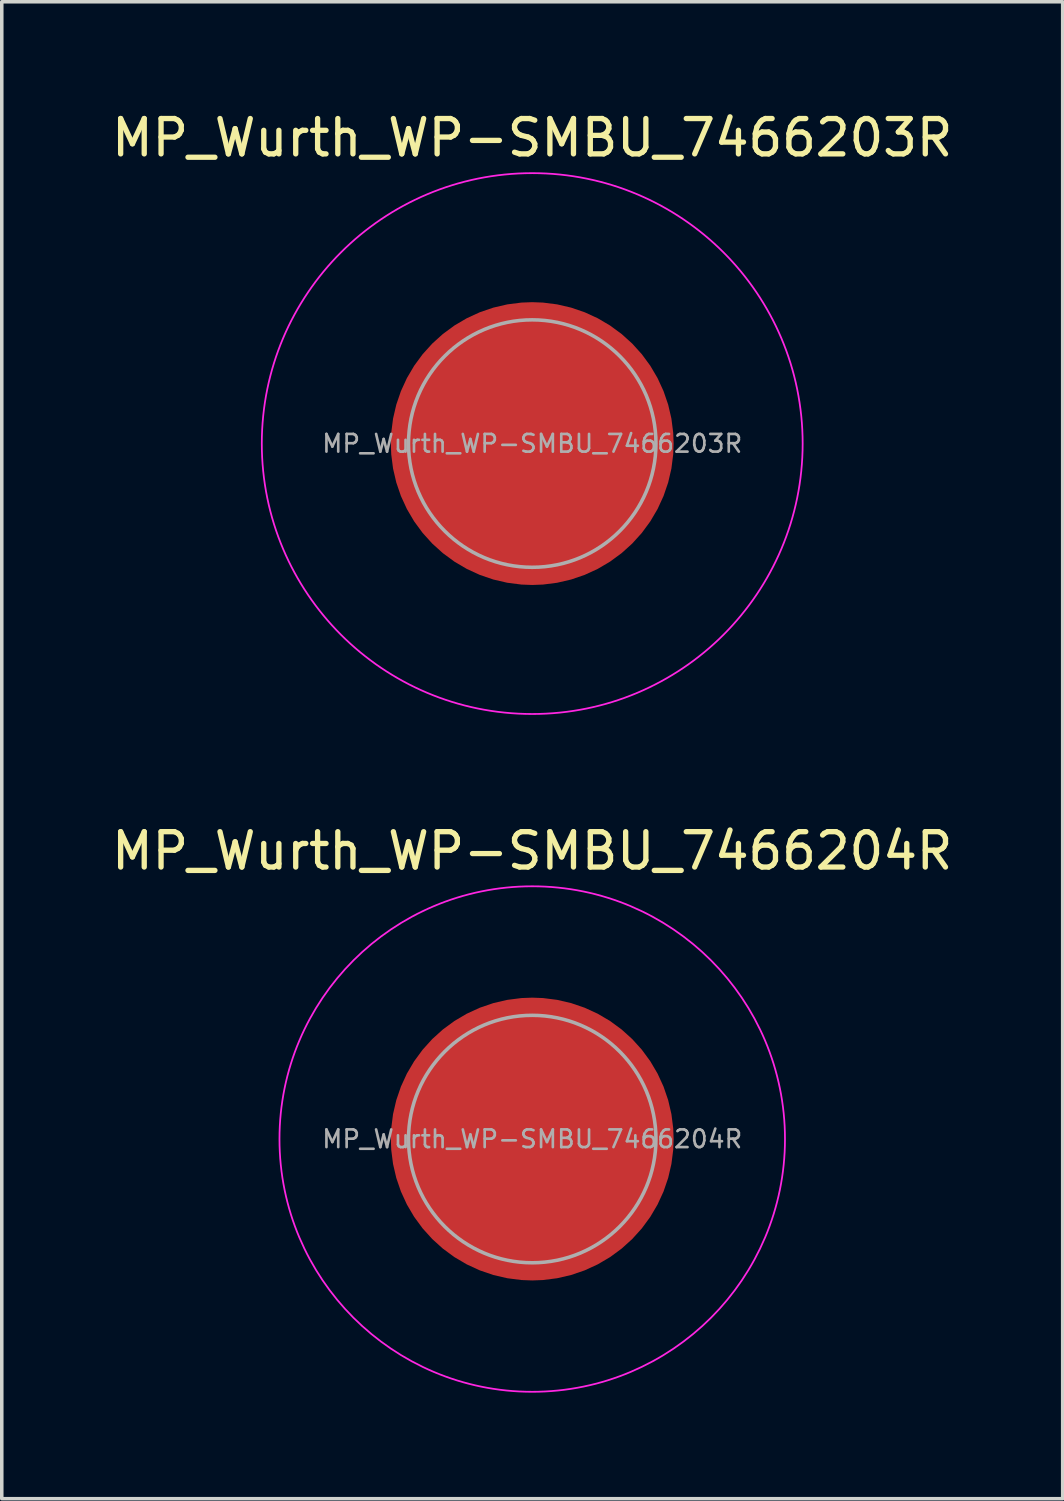
<source format=kicad_pcb>
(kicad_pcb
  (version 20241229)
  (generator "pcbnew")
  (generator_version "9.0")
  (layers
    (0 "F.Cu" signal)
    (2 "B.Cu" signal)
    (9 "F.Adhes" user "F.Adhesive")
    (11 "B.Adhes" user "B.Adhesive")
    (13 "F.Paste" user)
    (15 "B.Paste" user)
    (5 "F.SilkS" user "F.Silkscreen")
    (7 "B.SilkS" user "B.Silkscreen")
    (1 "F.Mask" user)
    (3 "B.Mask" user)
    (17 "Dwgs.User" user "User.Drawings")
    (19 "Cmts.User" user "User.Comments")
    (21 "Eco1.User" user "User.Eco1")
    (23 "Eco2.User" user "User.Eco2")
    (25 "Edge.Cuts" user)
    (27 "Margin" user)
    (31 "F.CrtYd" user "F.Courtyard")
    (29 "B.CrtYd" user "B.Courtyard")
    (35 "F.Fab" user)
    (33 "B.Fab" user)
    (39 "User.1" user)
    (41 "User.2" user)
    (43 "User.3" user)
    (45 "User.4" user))
  (footprint "MP_Wurth_WP-SMBU_7466204R"
    (layer "F.Cu")
    (at 12.006 29.172)
    (property "Reference" "MP_Wurth_WP-SMBU_7466204R" (at 0 -8.15 0) (unlocked yes) (layer "F.SilkS") (effects (font (size 1 1) (thickness 0.15))))
    (attr smd)
    (fp_poly (pts (xy -0.495 -0.495) (xy -3.876 -0.495) (xy -3.87 -0.541) (xy -3.87 -0.541) (xy -3.855 -0.631) (xy -3.84 -0.716) (xy -3.825 -0.796) (xy -3.825 -0.796) (xy -3.8 -0.906) (xy -3.8 -0.906) (xy -3.77 -1.026) (xy -3.77 -1.026) (xy -3.73 -1.161) (xy -3.73 -1.162) (xy -3.69 -1.282) (xy -3.69 -1.282) (xy -3.64 -1.417) (xy -3.64 -1.417) (xy -3.595 -1.527) (xy -3.595 -1.527) (xy -3.54 -1.652) (xy -3.539 -1.652) (xy -3.434 -1.862) (xy -3.434 -1.862) (xy -3.354 -2.002) (xy -3.354 -2.003) (xy -3.279 -2.123) (xy -3.279 -2.123) (xy -3.239 -2.183) (xy -3.239 -2.183) (xy -3.164 -2.288) (xy -3.109 -2.363) (xy -3.109 -2.363) (xy -3.039 -2.453) (xy -3.039 -2.453) (xy -2.959 -2.548) (xy -2.959 -2.548) (xy -2.879 -2.638) (xy -2.879 -2.638) (xy -2.814 -2.708) (xy -2.814 -2.709) (xy -2.734 -2.789) (xy -2.733 -2.789) (xy -2.653 -2.864) (xy -2.593 -2.919) (xy -2.538 -2.969) (xy -2.538 -2.969) (xy -2.493 -3.004) (xy -2.433 -3.054) (xy -2.358 -3.114) (xy -2.358 -3.114) (xy -2.303 -3.154) (xy -2.303 -3.154) (xy -2.238 -3.199) (xy -2.138 -3.269) (xy -2.138 -3.269) (xy -2.068 -3.314) (xy -2.068 -3.314) (xy -1.983 -3.364) (xy -1.918 -3.404) (xy -1.917 -3.404) (xy -1.842 -3.444) (xy -1.747 -3.494) (xy -1.747 -3.495) (xy -1.672 -3.53) (xy -1.612 -3.559) (xy -1.612 -3.56) (xy -1.552 -3.585) (xy -1.382 -3.655) (xy -1.382 -3.655) (xy -1.312 -3.68) (xy -1.257 -3.7) (xy -1.256 -3.7) (xy -1.096 -3.75) (xy -1.096 -3.75) (xy -1.001 -3.775) (xy -0.946 -3.79) (xy -0.946 -3.79) (xy -0.861 -3.81) (xy -0.861 -3.81) (xy -0.741 -3.835) (xy -0.741 -3.835) (xy -0.571 -3.865) (xy -0.571 -3.865) (xy -0.495 -3.876)) (stroke (width 0) (type default)) (fill yes) (layer "F.Paste"))
    (fp_poly (pts (xy -0.495 3.876) (xy -0.541 3.87) (xy -0.541 3.87) (xy -0.631 3.855) (xy -0.716 3.84) (xy -0.796 3.825) (xy -0.796 3.825) (xy -0.906 3.8) (xy -0.906 3.8) (xy -1.026 3.77) (xy -1.026 3.77) (xy -1.161 3.73) (xy -1.162 3.73) (xy -1.282 3.69) (xy -1.282 3.69) (xy -1.417 3.64) (xy -1.417 3.64) (xy -1.527 3.595) (xy -1.527 3.595) (xy -1.652 3.54) (xy -1.652 3.539) (xy -1.862 3.434) (xy -1.862 3.434) (xy -2.002 3.354) (xy -2.003 3.354) (xy -2.123 3.279) (xy -2.123 3.279) (xy -2.183 3.239) (xy -2.183 3.239) (xy -2.288 3.164) (xy -2.363 3.109) (xy -2.363 3.109) (xy -2.453 3.039) (xy -2.453 3.039) (xy -2.548 2.959) (xy -2.548 2.959) (xy -2.638 2.879) (xy -2.638 2.879) (xy -2.708 2.814) (xy -2.709 2.814) (xy -2.789 2.734) (xy -2.789 2.733) (xy -2.864 2.653) (xy -2.919 2.593) (xy -2.969 2.538) (xy -2.969 2.538) (xy -3.004 2.493) (xy -3.054 2.433) (xy -3.114 2.358) (xy -3.114 2.358) (xy -3.154 2.303) (xy -3.154 2.303) (xy -3.199 2.238) (xy -3.269 2.138) (xy -3.269 2.138) (xy -3.314 2.068) (xy -3.314 2.068) (xy -3.364 1.983) (xy -3.404 1.918) (xy -3.404 1.917) (xy -3.444 1.842) (xy -3.494 1.747) (xy -3.495 1.747) (xy -3.53 1.672) (xy -3.559 1.612) (xy -3.56 1.612) (xy -3.585 1.552) (xy -3.655 1.382) (xy -3.655 1.382) (xy -3.68 1.312) (xy -3.7 1.257) (xy -3.7 1.256) (xy -3.75 1.096) (xy -3.75 1.096) (xy -3.775 1.001) (xy -3.79 0.946) (xy -3.79 0.946) (xy -3.81 0.861) (xy -3.81 0.861) (xy -3.835 0.741) (xy -3.835 0.741) (xy -3.865 0.571) (xy -3.865 0.571) (xy -3.876 0.495) (xy -0.495 0.495)) (stroke (width 0) (type default)) (fill yes) (layer "F.Paste"))
    (fp_poly (pts (xy 0.541 -3.87) (xy 0.541 -3.87) (xy 0.631 -3.855) (xy 0.716 -3.84) (xy 0.796 -3.825) (xy 0.796 -3.825) (xy 0.906 -3.8) (xy 0.906 -3.8) (xy 1.026 -3.77) (xy 1.026 -3.77) (xy 1.161 -3.73) (xy 1.162 -3.73) (xy 1.282 -3.69) (xy 1.282 -3.69) (xy 1.417 -3.64) (xy 1.417 -3.64) (xy 1.527 -3.595) (xy 1.527 -3.595) (xy 1.652 -3.54) (xy 1.652 -3.539) (xy 1.862 -3.434) (xy 1.862 -3.434) (xy 2.002 -3.354) (xy 2.003 -3.354) (xy 2.123 -3.279) (xy 2.123 -3.279) (xy 2.183 -3.239) (xy 2.183 -3.239) (xy 2.288 -3.164) (xy 2.363 -3.109) (xy 2.363 -3.109) (xy 2.453 -3.039) (xy 2.453 -3.039) (xy 2.548 -2.959) (xy 2.548 -2.959) (xy 2.638 -2.879) (xy 2.638 -2.879) (xy 2.708 -2.814) (xy 2.709 -2.814) (xy 2.789 -2.734) (xy 2.789 -2.733) (xy 2.864 -2.653) (xy 2.919 -2.593) (xy 2.969 -2.538) (xy 2.969 -2.538) (xy 3.004 -2.493) (xy 3.054 -2.433) (xy 3.114 -2.358) (xy 3.114 -2.358) (xy 3.154 -2.303) (xy 3.154 -2.303) (xy 3.199 -2.238) (xy 3.269 -2.138) (xy 3.269 -2.138) (xy 3.314 -2.068) (xy 3.314 -2.068) (xy 3.364 -1.983) (xy 3.404 -1.918) (xy 3.404 -1.917) (xy 3.444 -1.842) (xy 3.494 -1.747) (xy 3.495 -1.747) (xy 3.53 -1.672) (xy 3.559 -1.612) (xy 3.56 -1.612) (xy 3.585 -1.552) (xy 3.655 -1.382) (xy 3.655 -1.382) (xy 3.68 -1.312) (xy 3.7 -1.257) (xy 3.7 -1.256) (xy 3.75 -1.096) (xy 3.75 -1.096) (xy 3.775 -1.001) (xy 3.79 -0.946) (xy 3.79 -0.946) (xy 3.81 -0.861) (xy 3.81 -0.861) (xy 3.835 -0.741) (xy 3.835 -0.741) (xy 3.865 -0.571) (xy 3.865 -0.571) (xy 3.876 -0.495) (xy 0.495 -0.495) (xy 0.495 -3.876)) (stroke (width 0) (type default)) (fill yes) (layer "F.Paste"))
    (fp_poly (pts (xy 3.87 0.541) (xy 3.87 0.541) (xy 3.855 0.631) (xy 3.84 0.716) (xy 3.825 0.796) (xy 3.825 0.796) (xy 3.8 0.906) (xy 3.8 0.906) (xy 3.77 1.026) (xy 3.77 1.026) (xy 3.73 1.161) (xy 3.73 1.162) (xy 3.69 1.282) (xy 3.69 1.282) (xy 3.64 1.417) (xy 3.64 1.417) (xy 3.595 1.527) (xy 3.595 1.527) (xy 3.54 1.652) (xy 3.539 1.652) (xy 3.434 1.862) (xy 3.434 1.862) (xy 3.354 2.002) (xy 3.354 2.003) (xy 3.279 2.123) (xy 3.279 2.123) (xy 3.239 2.183) (xy 3.239 2.183) (xy 3.164 2.288) (xy 3.109 2.363) (xy 3.109 2.363) (xy 3.039 2.453) (xy 3.039 2.453) (xy 2.959 2.548) (xy 2.959 2.548) (xy 2.879 2.638) (xy 2.879 2.638) (xy 2.814 2.708) (xy 2.814 2.709) (xy 2.734 2.789) (xy 2.733 2.789) (xy 2.653 2.864) (xy 2.593 2.919) (xy 2.538 2.969) (xy 2.538 2.969) (xy 2.493 3.004) (xy 2.433 3.054) (xy 2.358 3.114) (xy 2.358 3.114) (xy 2.303 3.154) (xy 2.303 3.154) (xy 2.238 3.199) (xy 2.138 3.269) (xy 2.138 3.269) (xy 2.068 3.314) (xy 2.068 3.314) (xy 1.983 3.364) (xy 1.918 3.404) (xy 1.917 3.404) (xy 1.842 3.444) (xy 1.747 3.494) (xy 1.747 3.495) (xy 1.672 3.53) (xy 1.612 3.559) (xy 1.612 3.56) (xy 1.552 3.585) (xy 1.382 3.655) (xy 1.382 3.655) (xy 1.312 3.68) (xy 1.257 3.7) (xy 1.256 3.7) (xy 1.096 3.75) (xy 1.096 3.75) (xy 1.001 3.775) (xy 0.946 3.79) (xy 0.946 3.79) (xy 0.861 3.81) (xy 0.861 3.81) (xy 0.741 3.835) (xy 0.741 3.835) (xy 0.571 3.865) (xy 0.571 3.865) (xy 0.495 3.876) (xy 0.495 0.495) (xy 3.876 0.495)) (stroke (width 0) (type default)) (fill yes) (layer "F.Paste"))
    (fp_circle (center 0 0) (end 7.15 0) (stroke (width 0.05) (type solid)) (fill no) (layer "F.CrtYd"))
    (fp_circle (center 0 0) (end 3.5 0) (stroke (width 0.1) (type solid)) (fill no) (layer "F.Fab"))
    (fp_text user "${REFERENCE}" (at 0 0 0) (unlocked yes) (layer "F.Fab") (effects (font (size 0.5 0.5) (thickness 0.075))))
    (pad "1" smd roundrect (at 0 0) (size 8 8) (layers "F.Cu" "F.Mask") (roundrect_rratio 0.5)))
  (footprint "MP_Wurth_WP-SMBU_7466203R"
    (layer "F.Cu")
    (at 12.006 9.498)
    (property "Reference" "MP_Wurth_WP-SMBU_7466203R" (at 0 -8.65 0) (unlocked yes) (layer "F.SilkS") (effects (font (size 1 1) (thickness 0.15))))
    (attr smd)
    (fp_poly (pts (xy -0.495 -0.495) (xy -3.876 -0.495) (xy -3.87 -0.541) (xy -3.87 -0.541) (xy -3.855 -0.631) (xy -3.84 -0.716) (xy -3.825 -0.796) (xy -3.825 -0.796) (xy -3.8 -0.906) (xy -3.8 -0.906) (xy -3.77 -1.026) (xy -3.77 -1.026) (xy -3.73 -1.161) (xy -3.73 -1.162) (xy -3.69 -1.282) (xy -3.69 -1.282) (xy -3.64 -1.417) (xy -3.64 -1.417) (xy -3.595 -1.527) (xy -3.595 -1.527) (xy -3.54 -1.652) (xy -3.539 -1.652) (xy -3.434 -1.862) (xy -3.434 -1.862) (xy -3.354 -2.002) (xy -3.354 -2.003) (xy -3.279 -2.123) (xy -3.279 -2.123) (xy -3.239 -2.183) (xy -3.239 -2.183) (xy -3.164 -2.288) (xy -3.109 -2.363) (xy -3.109 -2.363) (xy -3.039 -2.453) (xy -3.039 -2.453) (xy -2.959 -2.548) (xy -2.959 -2.548) (xy -2.879 -2.638) (xy -2.879 -2.638) (xy -2.814 -2.708) (xy -2.814 -2.709) (xy -2.734 -2.789) (xy -2.733 -2.789) (xy -2.653 -2.864) (xy -2.593 -2.919) (xy -2.538 -2.969) (xy -2.538 -2.969) (xy -2.493 -3.004) (xy -2.433 -3.054) (xy -2.358 -3.114) (xy -2.358 -3.114) (xy -2.303 -3.154) (xy -2.303 -3.154) (xy -2.238 -3.199) (xy -2.138 -3.269) (xy -2.138 -3.269) (xy -2.068 -3.314) (xy -2.068 -3.314) (xy -1.983 -3.364) (xy -1.918 -3.404) (xy -1.917 -3.404) (xy -1.842 -3.444) (xy -1.747 -3.494) (xy -1.747 -3.495) (xy -1.672 -3.53) (xy -1.612 -3.559) (xy -1.612 -3.56) (xy -1.552 -3.585) (xy -1.382 -3.655) (xy -1.382 -3.655) (xy -1.312 -3.68) (xy -1.257 -3.7) (xy -1.256 -3.7) (xy -1.096 -3.75) (xy -1.096 -3.75) (xy -1.001 -3.775) (xy -0.946 -3.79) (xy -0.946 -3.79) (xy -0.861 -3.81) (xy -0.861 -3.81) (xy -0.741 -3.835) (xy -0.741 -3.835) (xy -0.571 -3.865) (xy -0.571 -3.865) (xy -0.495 -3.876)) (stroke (width 0) (type default)) (fill yes) (layer "F.Paste"))
    (fp_poly (pts (xy -0.495 3.876) (xy -0.541 3.87) (xy -0.541 3.87) (xy -0.631 3.855) (xy -0.716 3.84) (xy -0.796 3.825) (xy -0.796 3.825) (xy -0.906 3.8) (xy -0.906 3.8) (xy -1.026 3.77) (xy -1.026 3.77) (xy -1.161 3.73) (xy -1.162 3.73) (xy -1.282 3.69) (xy -1.282 3.69) (xy -1.417 3.64) (xy -1.417 3.64) (xy -1.527 3.595) (xy -1.527 3.595) (xy -1.652 3.54) (xy -1.652 3.539) (xy -1.862 3.434) (xy -1.862 3.434) (xy -2.002 3.354) (xy -2.003 3.354) (xy -2.123 3.279) (xy -2.123 3.279) (xy -2.183 3.239) (xy -2.183 3.239) (xy -2.288 3.164) (xy -2.363 3.109) (xy -2.363 3.109) (xy -2.453 3.039) (xy -2.453 3.039) (xy -2.548 2.959) (xy -2.548 2.959) (xy -2.638 2.879) (xy -2.638 2.879) (xy -2.708 2.814) (xy -2.709 2.814) (xy -2.789 2.734) (xy -2.789 2.733) (xy -2.864 2.653) (xy -2.919 2.593) (xy -2.969 2.538) (xy -2.969 2.538) (xy -3.004 2.493) (xy -3.054 2.433) (xy -3.114 2.358) (xy -3.114 2.358) (xy -3.154 2.303) (xy -3.154 2.303) (xy -3.199 2.238) (xy -3.269 2.138) (xy -3.269 2.138) (xy -3.314 2.068) (xy -3.314 2.068) (xy -3.364 1.983) (xy -3.404 1.918) (xy -3.404 1.917) (xy -3.444 1.842) (xy -3.494 1.747) (xy -3.495 1.747) (xy -3.53 1.672) (xy -3.559 1.612) (xy -3.56 1.612) (xy -3.585 1.552) (xy -3.655 1.382) (xy -3.655 1.382) (xy -3.68 1.312) (xy -3.7 1.257) (xy -3.7 1.256) (xy -3.75 1.096) (xy -3.75 1.096) (xy -3.775 1.001) (xy -3.79 0.946) (xy -3.79 0.946) (xy -3.81 0.861) (xy -3.81 0.861) (xy -3.835 0.741) (xy -3.835 0.741) (xy -3.865 0.571) (xy -3.865 0.571) (xy -3.876 0.495) (xy -0.495 0.495)) (stroke (width 0) (type default)) (fill yes) (layer "F.Paste"))
    (fp_poly (pts (xy 0.541 -3.87) (xy 0.541 -3.87) (xy 0.631 -3.855) (xy 0.716 -3.84) (xy 0.796 -3.825) (xy 0.796 -3.825) (xy 0.906 -3.8) (xy 0.906 -3.8) (xy 1.026 -3.77) (xy 1.026 -3.77) (xy 1.161 -3.73) (xy 1.162 -3.73) (xy 1.282 -3.69) (xy 1.282 -3.69) (xy 1.417 -3.64) (xy 1.417 -3.64) (xy 1.527 -3.595) (xy 1.527 -3.595) (xy 1.652 -3.54) (xy 1.652 -3.539) (xy 1.862 -3.434) (xy 1.862 -3.434) (xy 2.002 -3.354) (xy 2.003 -3.354) (xy 2.123 -3.279) (xy 2.123 -3.279) (xy 2.183 -3.239) (xy 2.183 -3.239) (xy 2.288 -3.164) (xy 2.363 -3.109) (xy 2.363 -3.109) (xy 2.453 -3.039) (xy 2.453 -3.039) (xy 2.548 -2.959) (xy 2.548 -2.959) (xy 2.638 -2.879) (xy 2.638 -2.879) (xy 2.708 -2.814) (xy 2.709 -2.814) (xy 2.789 -2.734) (xy 2.789 -2.733) (xy 2.864 -2.653) (xy 2.919 -2.593) (xy 2.969 -2.538) (xy 2.969 -2.538) (xy 3.004 -2.493) (xy 3.054 -2.433) (xy 3.114 -2.358) (xy 3.114 -2.358) (xy 3.154 -2.303) (xy 3.154 -2.303) (xy 3.199 -2.238) (xy 3.269 -2.138) (xy 3.269 -2.138) (xy 3.314 -2.068) (xy 3.314 -2.068) (xy 3.364 -1.983) (xy 3.404 -1.918) (xy 3.404 -1.917) (xy 3.444 -1.842) (xy 3.494 -1.747) (xy 3.495 -1.747) (xy 3.53 -1.672) (xy 3.559 -1.612) (xy 3.56 -1.612) (xy 3.585 -1.552) (xy 3.655 -1.382) (xy 3.655 -1.382) (xy 3.68 -1.312) (xy 3.7 -1.257) (xy 3.7 -1.256) (xy 3.75 -1.096) (xy 3.75 -1.096) (xy 3.775 -1.001) (xy 3.79 -0.946) (xy 3.79 -0.946) (xy 3.81 -0.861) (xy 3.81 -0.861) (xy 3.835 -0.741) (xy 3.835 -0.741) (xy 3.865 -0.571) (xy 3.865 -0.571) (xy 3.876 -0.495) (xy 0.495 -0.495) (xy 0.495 -3.876)) (stroke (width 0) (type default)) (fill yes) (layer "F.Paste"))
    (fp_poly (pts (xy 3.87 0.541) (xy 3.87 0.541) (xy 3.855 0.631) (xy 3.84 0.716) (xy 3.825 0.796) (xy 3.825 0.796) (xy 3.8 0.906) (xy 3.8 0.906) (xy 3.77 1.026) (xy 3.77 1.026) (xy 3.73 1.161) (xy 3.73 1.162) (xy 3.69 1.282) (xy 3.69 1.282) (xy 3.64 1.417) (xy 3.64 1.417) (xy 3.595 1.527) (xy 3.595 1.527) (xy 3.54 1.652) (xy 3.539 1.652) (xy 3.434 1.862) (xy 3.434 1.862) (xy 3.354 2.002) (xy 3.354 2.003) (xy 3.279 2.123) (xy 3.279 2.123) (xy 3.239 2.183) (xy 3.239 2.183) (xy 3.164 2.288) (xy 3.109 2.363) (xy 3.109 2.363) (xy 3.039 2.453) (xy 3.039 2.453) (xy 2.959 2.548) (xy 2.959 2.548) (xy 2.879 2.638) (xy 2.879 2.638) (xy 2.814 2.708) (xy 2.814 2.709) (xy 2.734 2.789) (xy 2.733 2.789) (xy 2.653 2.864) (xy 2.593 2.919) (xy 2.538 2.969) (xy 2.538 2.969) (xy 2.493 3.004) (xy 2.433 3.054) (xy 2.358 3.114) (xy 2.358 3.114) (xy 2.303 3.154) (xy 2.303 3.154) (xy 2.238 3.199) (xy 2.138 3.269) (xy 2.138 3.269) (xy 2.068 3.314) (xy 2.068 3.314) (xy 1.983 3.364) (xy 1.918 3.404) (xy 1.917 3.404) (xy 1.842 3.444) (xy 1.747 3.494) (xy 1.747 3.495) (xy 1.672 3.53) (xy 1.612 3.559) (xy 1.612 3.56) (xy 1.552 3.585) (xy 1.382 3.655) (xy 1.382 3.655) (xy 1.312 3.68) (xy 1.257 3.7) (xy 1.256 3.7) (xy 1.096 3.75) (xy 1.096 3.75) (xy 1.001 3.775) (xy 0.946 3.79) (xy 0.946 3.79) (xy 0.861 3.81) (xy 0.861 3.81) (xy 0.741 3.835) (xy 0.741 3.835) (xy 0.571 3.865) (xy 0.571 3.865) (xy 0.495 3.876) (xy 0.495 0.495) (xy 3.876 0.495)) (stroke (width 0) (type default)) (fill yes) (layer "F.Paste"))
    (fp_circle (center 0 0) (end 7.65 0) (stroke (width 0.05) (type solid)) (fill no) (layer "F.CrtYd"))
    (fp_circle (center 0 0) (end 3.5 0) (stroke (width 0.1) (type solid)) (fill no) (layer "F.Fab"))
    (fp_text user "${REFERENCE}" (at 0 0 0) (unlocked yes) (layer "F.Fab") (effects (font (size 0.5 0.5) (thickness 0.075))))
    (pad "1" smd roundrect (at 0 0) (size 8 8) (layers "F.Cu" "F.Mask") (roundrect_rratio 0.5)))
  (gr_rect
    (start -3 -3)
    (end 27.012 39.346)
    (stroke (width 0.1) (type default))
    (fill no)
    (layer "Edge.Cuts")))
</source>
